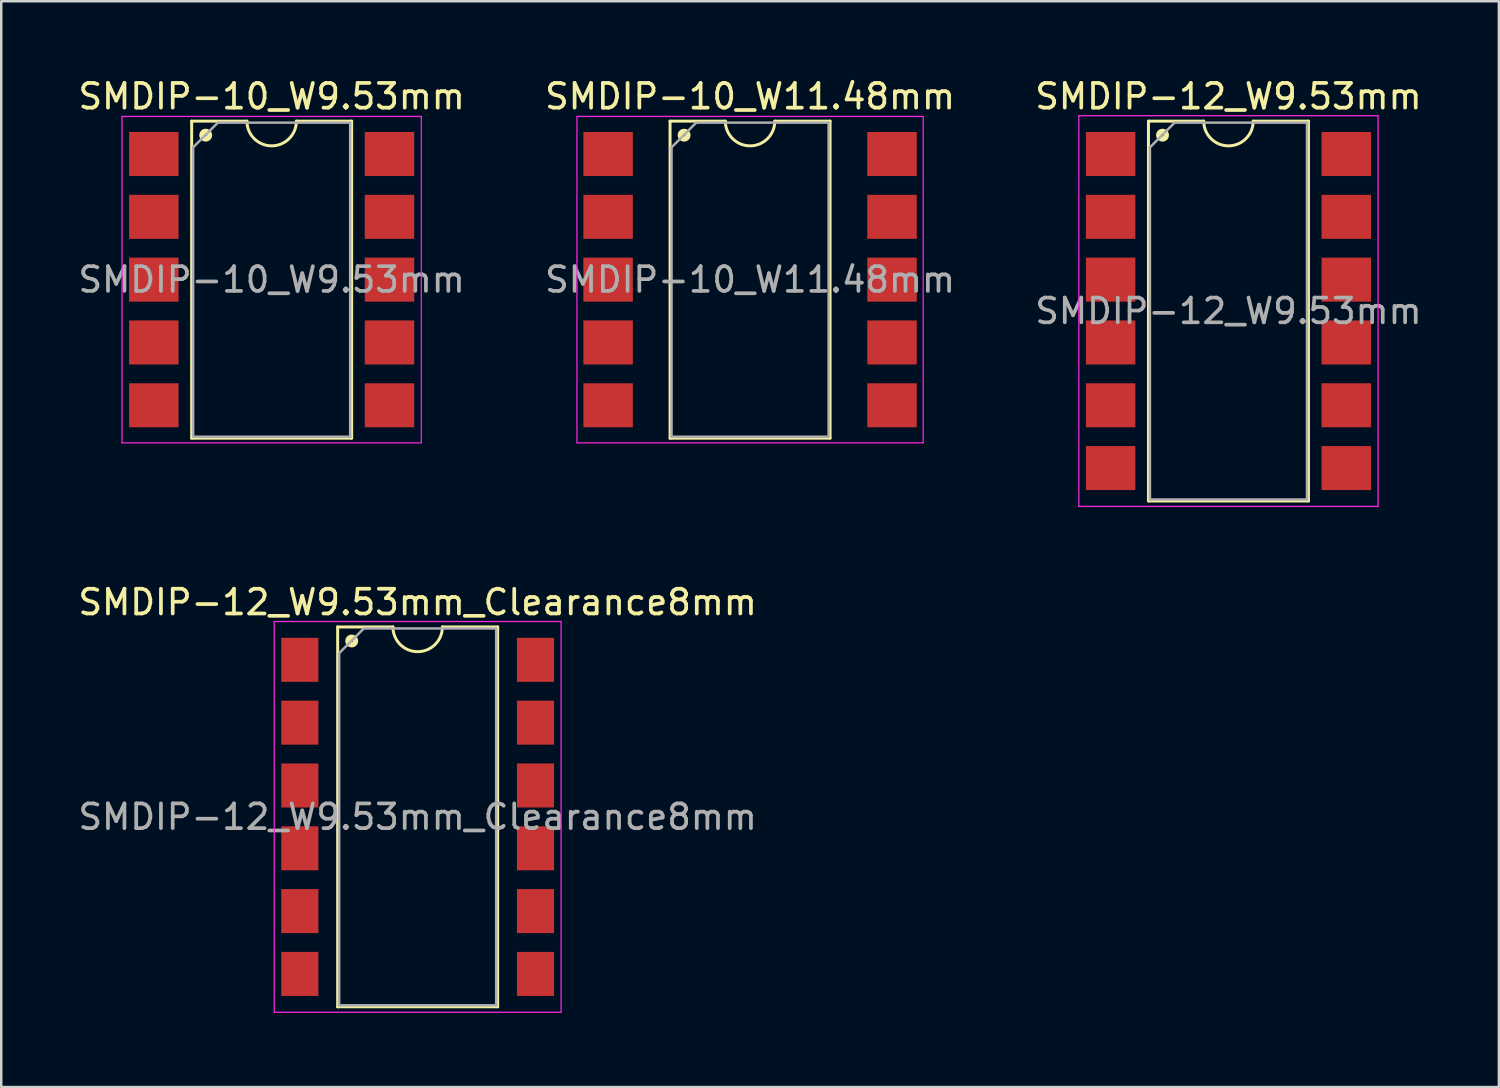
<source format=kicad_pcb>
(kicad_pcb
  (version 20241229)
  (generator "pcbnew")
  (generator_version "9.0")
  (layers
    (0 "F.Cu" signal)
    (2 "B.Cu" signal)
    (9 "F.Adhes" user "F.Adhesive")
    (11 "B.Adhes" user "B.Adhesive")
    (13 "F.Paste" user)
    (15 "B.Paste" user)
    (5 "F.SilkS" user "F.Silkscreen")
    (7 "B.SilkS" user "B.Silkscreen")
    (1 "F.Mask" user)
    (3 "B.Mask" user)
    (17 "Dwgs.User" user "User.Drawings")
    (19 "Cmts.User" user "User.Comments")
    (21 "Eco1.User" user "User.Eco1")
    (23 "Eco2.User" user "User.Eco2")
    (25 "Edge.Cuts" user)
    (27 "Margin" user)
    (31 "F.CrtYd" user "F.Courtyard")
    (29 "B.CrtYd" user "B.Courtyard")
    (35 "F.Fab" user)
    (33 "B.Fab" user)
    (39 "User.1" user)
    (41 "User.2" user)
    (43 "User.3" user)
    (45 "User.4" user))
  (footprint "SMDIP-12_W9.53mm_Clearance8mm"
    (layer "F.Cu")
    (at 13.839 29.982)
    (property "Reference" "SMDIP-12_W9.53mm_Clearance8mm" (at 0 -8.68 0) (layer "F.SilkS") (effects (font (size 1 1) (thickness 0.15))))
    (attr smd)
    (fp_line (start -3.235 -7.68) (end -3.235 7.68) (stroke (width 0.12) (type solid)) (layer "F.SilkS"))
    (fp_line (start -3.235 7.68) (end 3.235 7.68) (stroke (width 0.12) (type solid)) (layer "F.SilkS"))
    (fp_line (start -1 -7.68) (end -3.235 -7.68) (stroke (width 0.12) (type solid)) (layer "F.SilkS"))
    (fp_line (start 3.235 -7.68) (end 1 -7.68) (stroke (width 0.12) (type solid)) (layer "F.SilkS"))
    (fp_line (start 3.235 7.68) (end 3.235 -7.68) (stroke (width 0.12) (type solid)) (layer "F.SilkS"))
    (fp_arc (start 1 -7.68) (mid 0 -6.68) (end -1 -7.68) (stroke (width 0.12) (type solid)) (layer "F.SilkS"))
    (fp_circle (center -2.667 -7.112) (end -2.617 -7.112) (stroke (width 0.12) (type solid)) (fill no) (layer "F.SilkS"))
    (fp_circle (center -2.667 -7.112) (end -2.542 -7.112) (stroke (width 0.12) (type solid)) (fill no) (layer "F.SilkS"))
    (fp_circle (center -2.667 -7.112) (end -2.467 -7.112) (stroke (width 0.12) (type solid)) (fill no) (layer "F.SilkS"))
    (fp_line (start -5.8 -7.9) (end -5.8 7.9) (stroke (width 0.05) (type solid)) (layer "F.CrtYd"))
    (fp_line (start -5.8 7.9) (end 5.8 7.9) (stroke (width 0.05) (type solid)) (layer "F.CrtYd"))
    (fp_line (start 5.8 -7.9) (end -5.8 -7.9) (stroke (width 0.05) (type solid)) (layer "F.CrtYd"))
    (fp_line (start 5.8 7.9) (end 5.8 -7.9) (stroke (width 0.05) (type solid)) (layer "F.CrtYd"))
    (fp_line (start -3.175 -6.62) (end -2.175 -7.62) (stroke (width 0.1) (type solid)) (layer "F.Fab"))
    (fp_line (start -3.175 7.62) (end -3.175 -6.62) (stroke (width 0.1) (type solid)) (layer "F.Fab"))
    (fp_line (start -2.175 -7.62) (end 3.175 -7.62) (stroke (width 0.1) (type solid)) (layer "F.Fab"))
    (fp_line (start 3.175 -7.62) (end 3.175 7.62) (stroke (width 0.1) (type solid)) (layer "F.Fab"))
    (fp_line (start 3.175 7.62) (end -3.175 7.62) (stroke (width 0.1) (type solid)) (layer "F.Fab"))
    (fp_text user "${REFERENCE}" (at 0 0 0) (layer "F.Fab") (effects (font (size 1 1) (thickness 0.15))))
    (pad "1" smd rect (at -4.765 -6.35) (size 1.5 1.78) (layers "F.Cu" "F.Mask" "F.Paste"))
    (pad "2" smd rect (at -4.765 -3.81) (size 1.5 1.78) (layers "F.Cu" "F.Mask" "F.Paste"))
    (pad "3" smd rect (at -4.765 -1.27) (size 1.5 1.78) (layers "F.Cu" "F.Mask" "F.Paste"))
    (pad "4" smd rect (at -4.765 1.27) (size 1.5 1.78) (layers "F.Cu" "F.Mask" "F.Paste"))
    (pad "5" smd rect (at -4.765 3.81) (size 1.5 1.78) (layers "F.Cu" "F.Mask" "F.Paste"))
    (pad "6" smd rect (at -4.765 6.35) (size 1.5 1.78) (layers "F.Cu" "F.Mask" "F.Paste"))
    (pad "7" smd rect (at 4.765 6.35) (size 1.5 1.78) (layers "F.Cu" "F.Mask" "F.Paste"))
    (pad "8" smd rect (at 4.765 3.81) (size 1.5 1.78) (layers "F.Cu" "F.Mask" "F.Paste"))
    (pad "9" smd rect (at 4.765 1.27) (size 1.5 1.78) (layers "F.Cu" "F.Mask" "F.Paste"))
    (pad "10" smd rect (at 4.765 -1.27) (size 1.5 1.78) (layers "F.Cu" "F.Mask" "F.Paste"))
    (pad "11" smd rect (at 4.765 -3.81) (size 1.5 1.78) (layers "F.Cu" "F.Mask" "F.Paste"))
    (pad "12" smd rect (at 4.765 -6.35) (size 1.5 1.78) (layers "F.Cu" "F.Mask" "F.Paste")))
  (footprint "SMDIP-12_W9.53mm"
    (layer "F.Cu")
    (at 46.625 9.528)
    (property "Reference" "SMDIP-12_W9.53mm" (at 0 -8.68 0) (layer "F.SilkS") (effects (font (size 1 1) (thickness 0.15))))
    (attr smd)
    (fp_line (start -3.235 -7.68) (end -3.235 7.68) (stroke (width 0.12) (type solid)) (layer "F.SilkS"))
    (fp_line (start -3.235 7.68) (end 3.235 7.68) (stroke (width 0.12) (type solid)) (layer "F.SilkS"))
    (fp_line (start -1 -7.68) (end -3.235 -7.68) (stroke (width 0.12) (type solid)) (layer "F.SilkS"))
    (fp_line (start 3.235 -7.68) (end 1 -7.68) (stroke (width 0.12) (type solid)) (layer "F.SilkS"))
    (fp_line (start 3.235 7.68) (end 3.235 -7.68) (stroke (width 0.12) (type solid)) (layer "F.SilkS"))
    (fp_arc (start 1 -7.68) (mid 0 -6.68) (end -1 -7.68) (stroke (width 0.12) (type solid)) (layer "F.SilkS"))
    (fp_circle (center -2.667 -7.112) (end -2.617 -7.112) (stroke (width 0.12) (type solid)) (fill no) (layer "F.SilkS"))
    (fp_circle (center -2.667 -7.112) (end -2.542 -7.112) (stroke (width 0.12) (type solid)) (fill no) (layer "F.SilkS"))
    (fp_circle (center -2.667 -7.112) (end -2.467 -7.112) (stroke (width 0.12) (type solid)) (fill no) (layer "F.SilkS"))
    (fp_line (start -6.05 -7.9) (end -6.05 7.9) (stroke (width 0.05) (type solid)) (layer "F.CrtYd"))
    (fp_line (start -6.05 7.9) (end 6.05 7.9) (stroke (width 0.05) (type solid)) (layer "F.CrtYd"))
    (fp_line (start 6.05 -7.9) (end -6.05 -7.9) (stroke (width 0.05) (type solid)) (layer "F.CrtYd"))
    (fp_line (start 6.05 7.9) (end 6.05 -7.9) (stroke (width 0.05) (type solid)) (layer "F.CrtYd"))
    (fp_line (start -3.175 -6.62) (end -2.175 -7.62) (stroke (width 0.1) (type solid)) (layer "F.Fab"))
    (fp_line (start -3.175 7.62) (end -3.175 -6.62) (stroke (width 0.1) (type solid)) (layer "F.Fab"))
    (fp_line (start -2.175 -7.62) (end 3.175 -7.62) (stroke (width 0.1) (type solid)) (layer "F.Fab"))
    (fp_line (start 3.175 -7.62) (end 3.175 7.62) (stroke (width 0.1) (type solid)) (layer "F.Fab"))
    (fp_line (start 3.175 7.62) (end -3.175 7.62) (stroke (width 0.1) (type solid)) (layer "F.Fab"))
    (fp_text user "${REFERENCE}" (at 0 0 0) (layer "F.Fab") (effects (font (size 1 1) (thickness 0.15))))
    (pad "1" smd rect (at -4.765 -6.35) (size 2 1.78) (layers "F.Cu" "F.Mask" "F.Paste"))
    (pad "2" smd rect (at -4.765 -3.81) (size 2 1.78) (layers "F.Cu" "F.Mask" "F.Paste"))
    (pad "3" smd rect (at -4.765 -1.27) (size 2 1.78) (layers "F.Cu" "F.Mask" "F.Paste"))
    (pad "4" smd rect (at -4.765 1.27) (size 2 1.78) (layers "F.Cu" "F.Mask" "F.Paste"))
    (pad "5" smd rect (at -4.765 3.81) (size 2 1.78) (layers "F.Cu" "F.Mask" "F.Paste"))
    (pad "6" smd rect (at -4.765 6.35) (size 2 1.78) (layers "F.Cu" "F.Mask" "F.Paste"))
    (pad "7" smd rect (at 4.765 6.35) (size 2 1.78) (layers "F.Cu" "F.Mask" "F.Paste"))
    (pad "8" smd rect (at 4.765 3.81) (size 2 1.78) (layers "F.Cu" "F.Mask" "F.Paste"))
    (pad "9" smd rect (at 4.765 1.27) (size 2 1.78) (layers "F.Cu" "F.Mask" "F.Paste"))
    (pad "10" smd rect (at 4.765 -1.27) (size 2 1.78) (layers "F.Cu" "F.Mask" "F.Paste"))
    (pad "11" smd rect (at 4.765 -3.81) (size 2 1.78) (layers "F.Cu" "F.Mask" "F.Paste"))
    (pad "12" smd rect (at 4.765 -6.35) (size 2 1.78) (layers "F.Cu" "F.Mask" "F.Paste")))
  (footprint "SMDIP-10_W9.53mm"
    (layer "F.Cu")
    (at 7.935 8.258)
    (property "Reference" "SMDIP-10_W9.53mm" (at 0 -7.41 0) (layer "F.SilkS") (effects (font (size 1 1) (thickness 0.15))))
    (attr smd)
    (fp_line (start -3.235 -6.41) (end -3.235 6.41) (stroke (width 0.12) (type solid)) (layer "F.SilkS"))
    (fp_line (start -3.235 6.41) (end 3.235 6.41) (stroke (width 0.12) (type solid)) (layer "F.SilkS"))
    (fp_line (start -1 -6.41) (end -3.235 -6.41) (stroke (width 0.12) (type solid)) (layer "F.SilkS"))
    (fp_line (start 3.235 -6.41) (end 1 -6.41) (stroke (width 0.12) (type solid)) (layer "F.SilkS"))
    (fp_line (start 3.235 6.41) (end 3.235 -6.41) (stroke (width 0.12) (type solid)) (layer "F.SilkS"))
    (fp_arc (start 1 -6.41) (mid 0 -5.41) (end -1 -6.41) (stroke (width 0.12) (type solid)) (layer "F.SilkS"))
    (fp_circle (center -2.667 -5.842) (end -2.617 -5.842) (stroke (width 0.12) (type solid)) (fill no) (layer "F.SilkS"))
    (fp_circle (center -2.667 -5.842) (end -2.542 -5.842) (stroke (width 0.12) (type solid)) (fill no) (layer "F.SilkS"))
    (fp_circle (center -2.667 -5.842) (end -2.467 -5.842) (stroke (width 0.12) (type solid)) (fill no) (layer "F.SilkS"))
    (fp_line (start -6.05 -6.6) (end -6.05 6.6) (stroke (width 0.05) (type solid)) (layer "F.CrtYd"))
    (fp_line (start -6.05 6.6) (end 6.05 6.6) (stroke (width 0.05) (type solid)) (layer "F.CrtYd"))
    (fp_line (start 6.05 -6.6) (end -6.05 -6.6) (stroke (width 0.05) (type solid)) (layer "F.CrtYd"))
    (fp_line (start 6.05 6.6) (end 6.05 -6.6) (stroke (width 0.05) (type solid)) (layer "F.CrtYd"))
    (fp_line (start -3.175 -5.35) (end -2.175 -6.35) (stroke (width 0.1) (type solid)) (layer "F.Fab"))
    (fp_line (start -3.175 6.35) (end -3.175 -5.35) (stroke (width 0.1) (type solid)) (layer "F.Fab"))
    (fp_line (start -2.175 -6.35) (end 3.175 -6.35) (stroke (width 0.1) (type solid)) (layer "F.Fab"))
    (fp_line (start 3.175 -6.35) (end 3.175 6.35) (stroke (width 0.1) (type solid)) (layer "F.Fab"))
    (fp_line (start 3.175 6.35) (end -3.175 6.35) (stroke (width 0.1) (type solid)) (layer "F.Fab"))
    (fp_text user "${REFERENCE}" (at 0 0 0) (layer "F.Fab") (effects (font (size 1 1) (thickness 0.15))))
    (pad "1" smd rect (at -4.765 -5.08) (size 2 1.78) (layers "F.Cu" "F.Mask" "F.Paste"))
    (pad "2" smd rect (at -4.765 -2.54) (size 2 1.78) (layers "F.Cu" "F.Mask" "F.Paste"))
    (pad "3" smd rect (at -4.765 0) (size 2 1.78) (layers "F.Cu" "F.Mask" "F.Paste"))
    (pad "4" smd rect (at -4.765 2.54) (size 2 1.78) (layers "F.Cu" "F.Mask" "F.Paste"))
    (pad "5" smd rect (at -4.765 5.08) (size 2 1.78) (layers "F.Cu" "F.Mask" "F.Paste"))
    (pad "6" smd rect (at 4.765 5.08) (size 2 1.78) (layers "F.Cu" "F.Mask" "F.Paste"))
    (pad "7" smd rect (at 4.765 2.54) (size 2 1.78) (layers "F.Cu" "F.Mask" "F.Paste"))
    (pad "8" smd rect (at 4.765 0) (size 2 1.78) (layers "F.Cu" "F.Mask" "F.Paste"))
    (pad "9" smd rect (at 4.765 -2.54) (size 2 1.78) (layers "F.Cu" "F.Mask" "F.Paste"))
    (pad "10" smd rect (at 4.765 -5.08) (size 2 1.78) (layers "F.Cu" "F.Mask" "F.Paste")))
  (footprint "SMDIP-10_W11.48mm"
    (layer "F.Cu")
    (at 27.28 8.258)
    (property "Reference" "SMDIP-10_W11.48mm" (at 0 -7.41 0) (layer "F.SilkS") (effects (font (size 1 1) (thickness 0.15))))
    (attr smd)
    (fp_line (start -3.235 -6.41) (end -3.235 6.41) (stroke (width 0.12) (type solid)) (layer "F.SilkS"))
    (fp_line (start -3.235 6.41) (end 3.235 6.41) (stroke (width 0.12) (type solid)) (layer "F.SilkS"))
    (fp_line (start -1 -6.41) (end -3.235 -6.41) (stroke (width 0.12) (type solid)) (layer "F.SilkS"))
    (fp_line (start 3.235 -6.41) (end 1 -6.41) (stroke (width 0.12) (type solid)) (layer "F.SilkS"))
    (fp_line (start 3.235 6.41) (end 3.235 -6.41) (stroke (width 0.12) (type solid)) (layer "F.SilkS"))
    (fp_arc (start 1 -6.41) (mid 0 -5.41) (end -1 -6.41) (stroke (width 0.12) (type solid)) (layer "F.SilkS"))
    (fp_circle (center -2.667 -5.842) (end -2.617 -5.842) (stroke (width 0.12) (type solid)) (fill no) (layer "F.SilkS"))
    (fp_circle (center -2.667 -5.842) (end -2.542 -5.842) (stroke (width 0.12) (type solid)) (fill no) (layer "F.SilkS"))
    (fp_circle (center -2.667 -5.842) (end -2.467 -5.842) (stroke (width 0.12) (type solid)) (fill no) (layer "F.SilkS"))
    (fp_line (start -7 -6.6) (end -7 6.6) (stroke (width 0.05) (type solid)) (layer "F.CrtYd"))
    (fp_line (start -7 6.6) (end 7 6.6) (stroke (width 0.05) (type solid)) (layer "F.CrtYd"))
    (fp_line (start 7 -6.6) (end -7 -6.6) (stroke (width 0.05) (type solid)) (layer "F.CrtYd"))
    (fp_line (start 7 6.6) (end 7 -6.6) (stroke (width 0.05) (type solid)) (layer "F.CrtYd"))
    (fp_line (start -3.175 -5.35) (end -2.175 -6.35) (stroke (width 0.1) (type solid)) (layer "F.Fab"))
    (fp_line (start -3.175 6.35) (end -3.175 -5.35) (stroke (width 0.1) (type solid)) (layer "F.Fab"))
    (fp_line (start -2.175 -6.35) (end 3.175 -6.35) (stroke (width 0.1) (type solid)) (layer "F.Fab"))
    (fp_line (start 3.175 -6.35) (end 3.175 6.35) (stroke (width 0.1) (type solid)) (layer "F.Fab"))
    (fp_line (start 3.175 6.35) (end -3.175 6.35) (stroke (width 0.1) (type solid)) (layer "F.Fab"))
    (fp_text user "${REFERENCE}" (at 0 0 0) (layer "F.Fab") (effects (font (size 1 1) (thickness 0.15))))
    (pad "1" smd rect (at -5.74 -5.08) (size 2 1.78) (layers "F.Cu" "F.Mask" "F.Paste"))
    (pad "2" smd rect (at -5.74 -2.54) (size 2 1.78) (layers "F.Cu" "F.Mask" "F.Paste"))
    (pad "3" smd rect (at -5.74 0) (size 2 1.78) (layers "F.Cu" "F.Mask" "F.Paste"))
    (pad "4" smd rect (at -5.74 2.54) (size 2 1.78) (layers "F.Cu" "F.Mask" "F.Paste"))
    (pad "5" smd rect (at -5.74 5.08) (size 2 1.78) (layers "F.Cu" "F.Mask" "F.Paste"))
    (pad "6" smd rect (at 5.74 5.08) (size 2 1.78) (layers "F.Cu" "F.Mask" "F.Paste"))
    (pad "7" smd rect (at 5.74 2.54) (size 2 1.78) (layers "F.Cu" "F.Mask" "F.Paste"))
    (pad "8" smd rect (at 5.74 0) (size 2 1.78) (layers "F.Cu" "F.Mask" "F.Paste"))
    (pad "9" smd rect (at 5.74 -2.54) (size 2 1.78) (layers "F.Cu" "F.Mask" "F.Paste"))
    (pad "10" smd rect (at 5.74 -5.08) (size 2 1.78) (layers "F.Cu" "F.Mask" "F.Paste")))
  (gr_rect
    (start -3 -3)
    (end 57.56 40.907)
    (stroke (width 0.1) (type default))
    (fill no)
    (layer "Edge.Cuts")))
</source>
